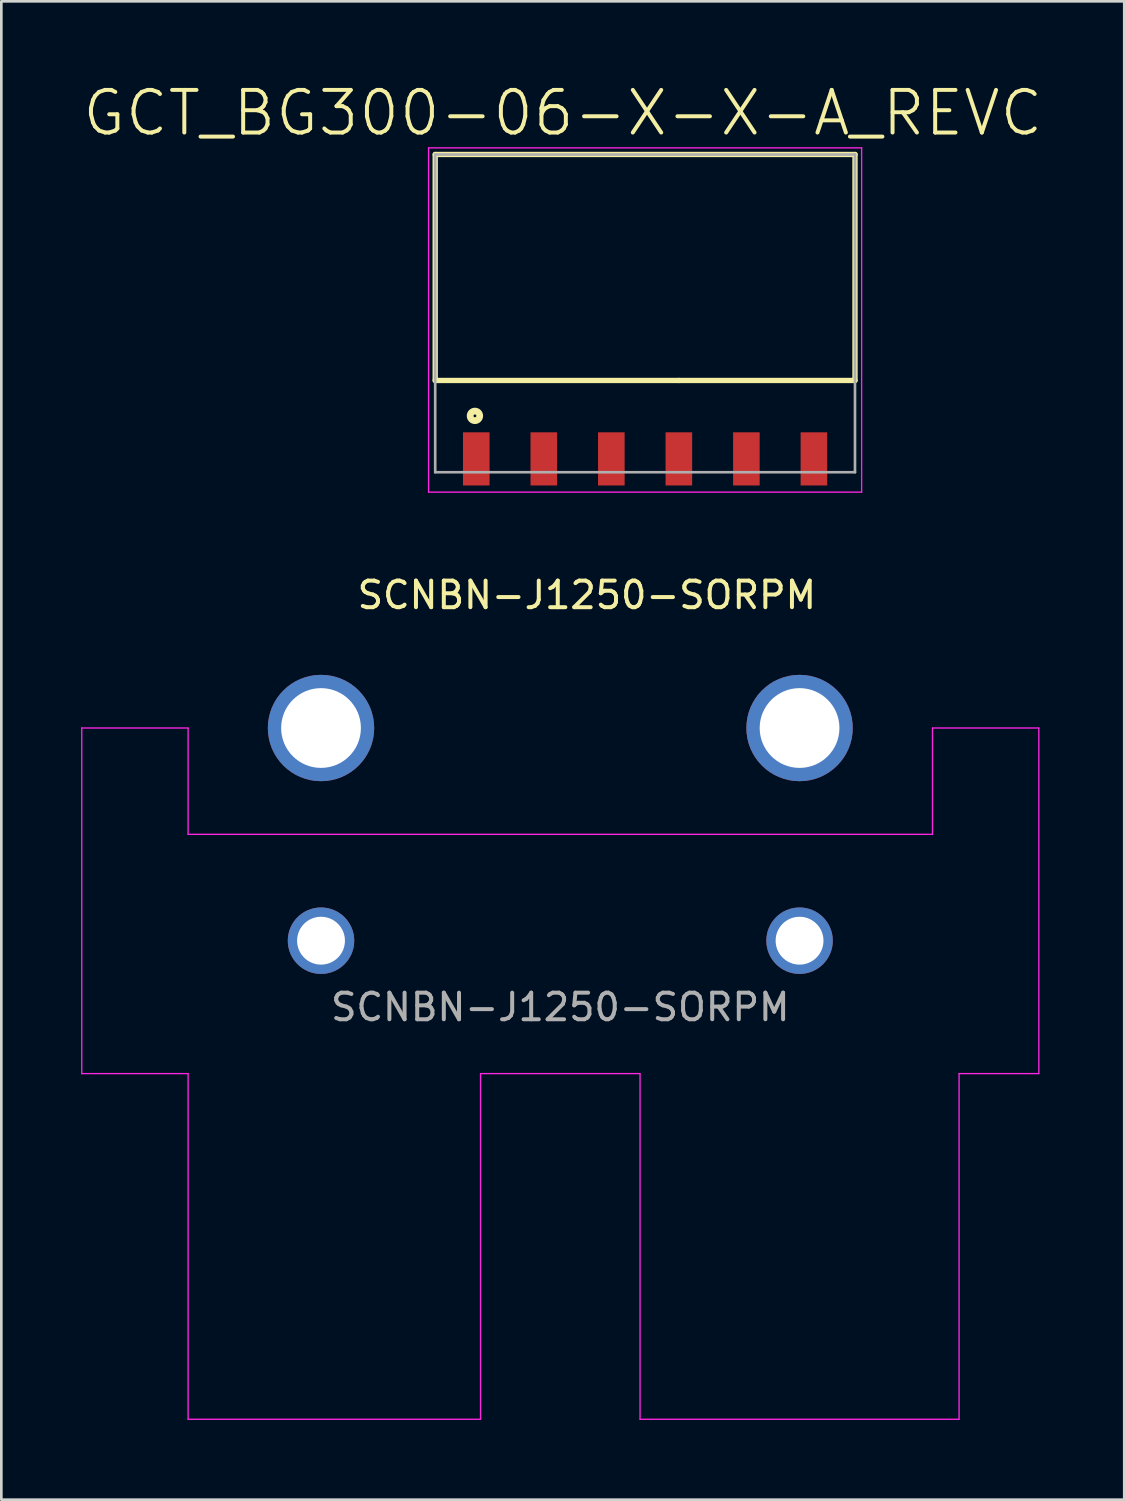
<source format=kicad_pcb>
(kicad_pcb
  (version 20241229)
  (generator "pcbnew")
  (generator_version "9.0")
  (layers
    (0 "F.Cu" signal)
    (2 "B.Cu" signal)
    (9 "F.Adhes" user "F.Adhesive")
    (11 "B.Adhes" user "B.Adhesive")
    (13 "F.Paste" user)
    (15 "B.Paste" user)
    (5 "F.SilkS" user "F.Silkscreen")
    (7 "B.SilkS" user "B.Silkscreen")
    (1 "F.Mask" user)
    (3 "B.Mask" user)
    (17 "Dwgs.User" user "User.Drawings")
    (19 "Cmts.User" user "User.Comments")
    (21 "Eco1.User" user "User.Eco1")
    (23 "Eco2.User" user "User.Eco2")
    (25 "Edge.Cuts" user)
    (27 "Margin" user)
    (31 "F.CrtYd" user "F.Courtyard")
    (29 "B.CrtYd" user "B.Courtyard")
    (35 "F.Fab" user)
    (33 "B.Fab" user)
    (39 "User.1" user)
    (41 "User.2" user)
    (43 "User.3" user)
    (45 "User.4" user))
  (footprint "SCNBN-J1250-SORPM"
    (layer "F.Cu")
    (at 18.025 24.334)
    (property "Reference" "SCNBN-J1250-SORPM" (at 1 -5 0) (unlocked yes) (layer "F.SilkS") (effects (font (size 1 1) (thickness 0.15))))
    (attr through_hole)
    (fp_line (start -18 0) (end -18 13) (stroke (width 0.05) (type solid)) (layer "F.CrtYd"))
    (fp_line (start -14 0) (end -18 0) (stroke (width 0.05) (type solid)) (layer "F.CrtYd"))
    (fp_line (start -14 0) (end -14 4) (stroke (width 0.05) (type solid)) (layer "F.CrtYd"))
    (fp_line (start -14 13) (end -18 13) (stroke (width 0.05) (type solid)) (layer "F.CrtYd"))
    (fp_line (start -14 13) (end -14 26) (stroke (width 0.05) (type solid)) (layer "F.CrtYd"))
    (fp_line (start -14 26) (end -3 26) (stroke (width 0.05) (type solid)) (layer "F.CrtYd"))
    (fp_line (start -3 13) (end -3 26) (stroke (width 0.05) (type solid)) (layer "F.CrtYd"))
    (fp_line (start 3 13) (end -3 13) (stroke (width 0.05) (type solid)) (layer "F.CrtYd"))
    (fp_line (start 3 26) (end 3 13) (stroke (width 0.05) (type solid)) (layer "F.CrtYd"))
    (fp_line (start 3 26) (end 15 26) (stroke (width 0.05) (type solid)) (layer "F.CrtYd"))
    (fp_line (start 14 0) (end 14 4) (stroke (width 0.05) (type solid)) (layer "F.CrtYd"))
    (fp_line (start 14 4) (end -14 4) (stroke (width 0.05) (type solid)) (layer "F.CrtYd"))
    (fp_line (start 15 13) (end 18 13) (stroke (width 0.05) (type solid)) (layer "F.CrtYd"))
    (fp_line (start 15 26) (end 15 13) (stroke (width 0.05) (type solid)) (layer "F.CrtYd"))
    (fp_line (start 18 0) (end 14 0) (stroke (width 0.05) (type solid)) (layer "F.CrtYd"))
    (fp_line (start 18 13) (end 18 0) (stroke (width 0.05) (type solid)) (layer "F.CrtYd"))
    (fp_text user "${REFERENCE}" (at 0 10.5 0) (unlocked yes) (layer "F.Fab") (effects (font (size 1 1) (thickness 0.15))))
    (pad "1" thru_hole circle (at -9 0) (size 4 4) (drill 3) (layers "*.Cu" "*.Mask"))
    (pad "2" thru_hole circle (at -9 8) (size 2.5 2.5) (drill 1.8) (layers "*.Cu" "*.Mask"))
    (pad "3" thru_hole circle (at 9 0) (size 4 4) (drill 3) (layers "*.Cu" "*.Mask"))
    (pad "4" thru_hole circle (at 9 8) (size 2.5 2.5) (drill 1.8) (layers "*.Cu" "*.Mask")))
  (footprint "GCT_BG300-06-X-X-A_REVC"
    (layer "F.Cu")
    (at 21.215 8.986)
    (property "Reference" "GCT_BG300-06-X-X-A_REVC" (at -3.096 -7.785 0) (layer "F.SilkS") (effects (font (size 1.603 1.603) (thickness 0.15))))
    (attr through_hole)
    (fp_line (start -7.895 -6.225) (end 7.895 -6.225) (stroke (width 0.2) (type solid)) (layer "F.SilkS"))
    (fp_line (start -7.895 2.275) (end -7.895 -6.225) (stroke (width 0.2) (type solid)) (layer "F.SilkS"))
    (fp_line (start -7.895 2.275) (end 1.27 2.275) (stroke (width 0.2) (type solid)) (layer "F.SilkS"))
    (fp_line (start 1.27 2.275) (end 7.895 2.275) (stroke (width 0.2) (type solid)) (layer "F.SilkS"))
    (fp_line (start 7.895 2.275) (end 7.895 -6.225) (stroke (width 0.2) (type solid)) (layer "F.SilkS"))
    (fp_circle (center -6.401 3.607) (end -6.221 3.607) (stroke (width 0.254) (type solid)) (fill no) (layer "F.SilkS"))
    (fp_line (start -8.145 -6.475) (end 8.145 -6.475) (stroke (width 0.05) (type solid)) (layer "F.CrtYd"))
    (fp_line (start -8.145 6.475) (end -8.145 -6.475) (stroke (width 0.05) (type solid)) (layer "F.CrtYd"))
    (fp_line (start -8.145 6.475) (end 8.145 6.475) (stroke (width 0.05) (type solid)) (layer "F.CrtYd"))
    (fp_line (start 8.145 6.475) (end 8.145 -6.475) (stroke (width 0.05) (type solid)) (layer "F.CrtYd"))
    (fp_line (start -7.895 -6.223) (end 7.895 -6.223) (stroke (width 0.1) (type solid)) (layer "F.Fab"))
    (fp_line (start -7.895 5.727) (end -7.895 -6.223) (stroke (width 0.1) (type solid)) (layer "F.Fab"))
    (fp_line (start -7.895 5.727) (end 7.895 5.727) (stroke (width 0.1) (type solid)) (layer "F.Fab"))
    (fp_line (start 7.895 5.727) (end 7.895 -6.223) (stroke (width 0.1) (type solid)) (layer "F.Fab"))
    (pad "1" smd rect (at -6.35 5.225) (size 1 2) (layers "F.Cu" "F.Mask" "F.Paste"))
    (pad "2" smd rect (at -3.81 5.225) (size 1 2) (layers "F.Cu" "F.Mask" "F.Paste"))
    (pad "3" smd rect (at -1.27 5.225) (size 1 2) (layers "F.Cu" "F.Mask" "F.Paste"))
    (pad "4" smd rect (at 1.27 5.225) (size 1 2) (layers "F.Cu" "F.Mask" "F.Paste"))
    (pad "5" smd rect (at 3.81 5.225) (size 1 2) (layers "F.Cu" "F.Mask" "F.Paste"))
    (pad "6" smd rect (at 6.35 5.225) (size 1 2) (layers "F.Cu" "F.Mask" "F.Paste")))
  (gr_rect
    (start -3 -3)
    (end 39.238 53.359)
    (stroke (width 0.1) (type default))
    (fill no)
    (layer "Edge.Cuts")))
</source>
